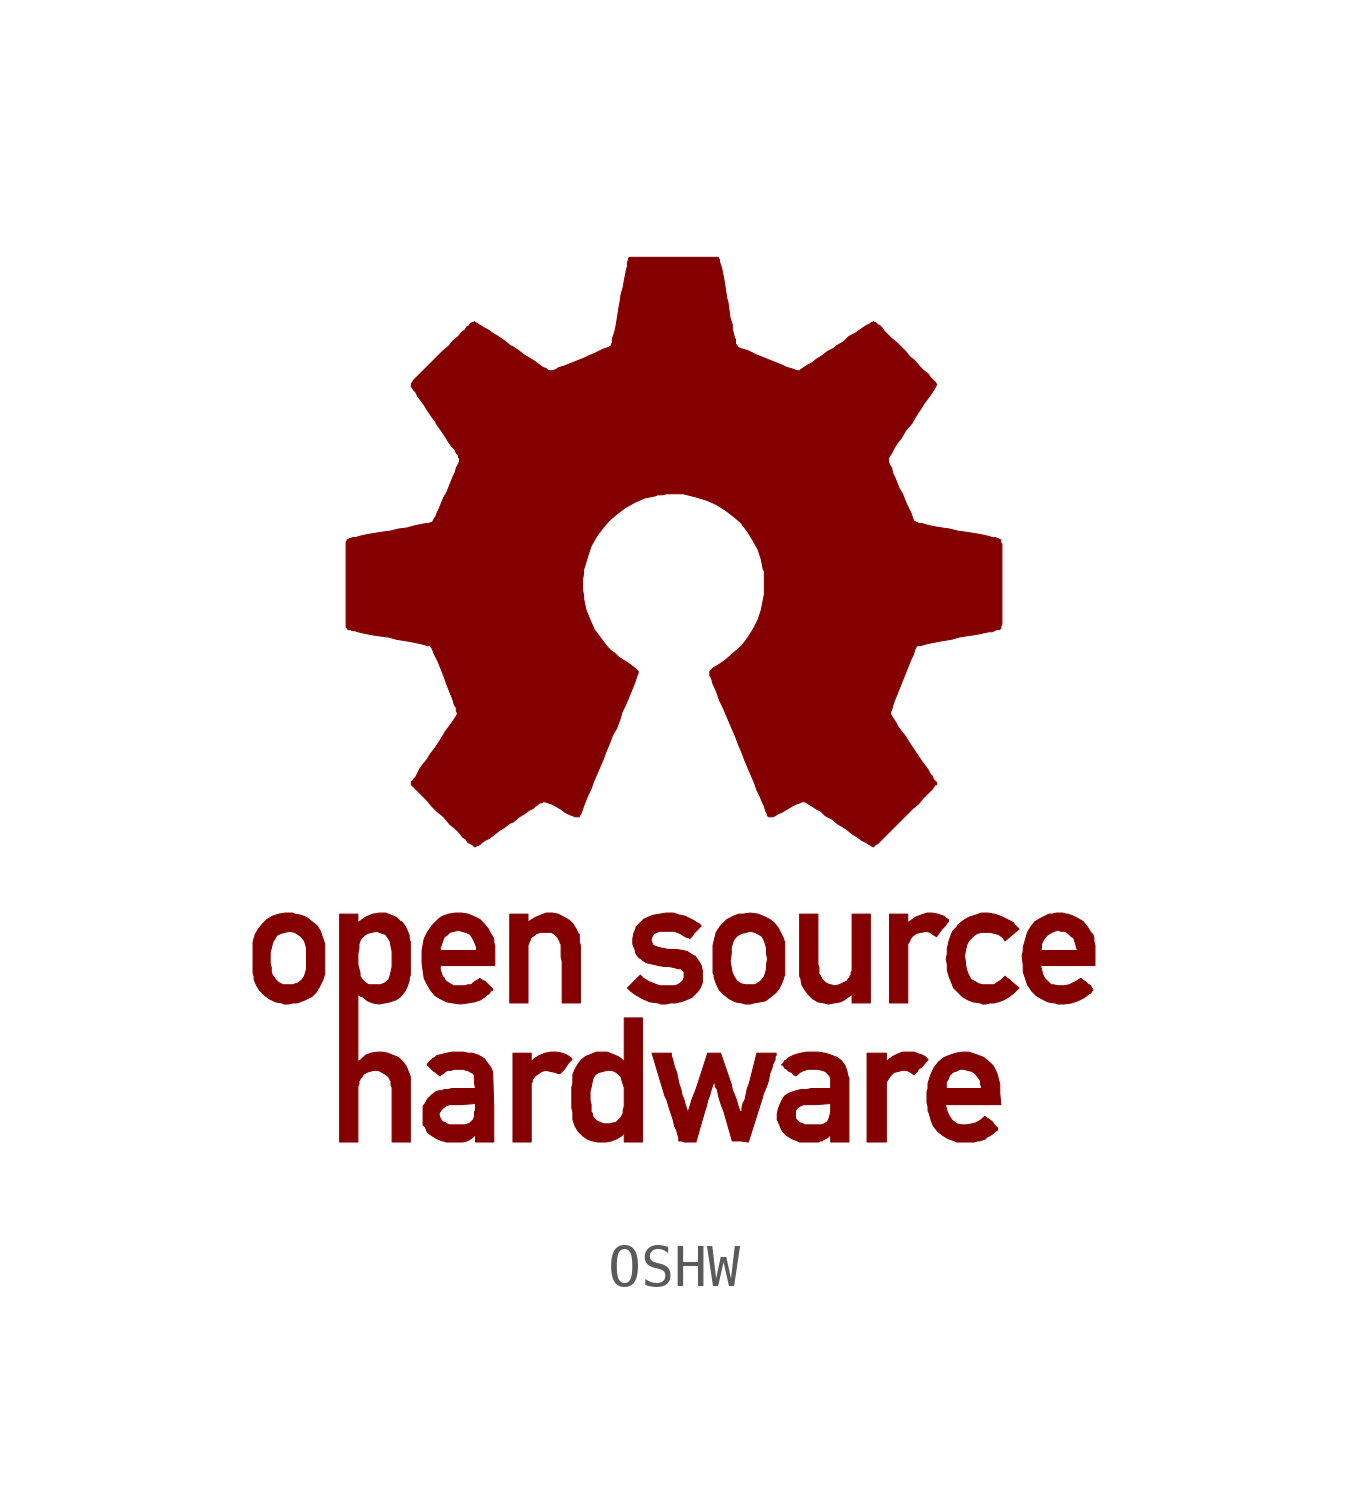
<source format=kicad_sym>
(kicad_symbol_lib
  (version 20211014)
  (generator kicad_symbol_editor)
  (symbol "OSHW"
    (pin_names
      (offset 1.016))
    (property "Reference" "#G"
      (at 0 -9.855 0)
      (effects (font (size 1.27 1.27)) hide))
    (symbol "OSHW_0_0"
      (polyline (pts (xy 5.055 -9.093) (xy 5.156 -8.941) (xy 5.232 -8.865) (xy 5.436 -8.814) (xy 5.537 -8.814) (xy 5.639 -8.865) (xy 5.664 -8.89) (xy 5.715 -8.915) (xy 5.791 -8.839) (xy 5.817 -8.788) (xy 5.893 -8.738) (xy 6.045 -8.56) (xy 5.969 -8.484) (xy 5.867 -8.433) (xy 5.842 -8.433) (xy 5.715 -8.382) (xy 5.436 -8.382) (xy 5.309 -8.433) (xy 5.207 -8.484) (xy 5.105 -8.56) (xy 5.055 -8.611) (xy 5.055 -8.407) (xy 4.597 -8.407) (xy 4.597 -10.516) (xy 5.055 -10.516) (xy 5.055 -9.093)) (stroke (width 0.025) (type default) (color 0 0 0 0)) (fill (type outline)))
      (polyline (pts (xy -3.378 -9.119) (xy -3.353 -9.093) (xy -3.353 -9.042) (xy -3.277 -8.941) (xy -3.124 -8.839) (xy -3.023 -8.814) (xy -2.921 -8.839) (xy -2.794 -8.865) (xy -2.743 -8.89) (xy -2.692 -8.89) (xy -2.591 -8.788) (xy -2.489 -8.636) (xy -2.413 -8.56) (xy -2.413 -8.534) (xy -2.515 -8.458) (xy -2.642 -8.407) (xy -2.769 -8.382) (xy -2.921 -8.382) (xy -3.048 -8.407) (xy -3.175 -8.458) (xy -3.302 -8.534) (xy -3.378 -8.611) (xy -3.378 -8.407) (xy -3.81 -8.407) (xy -3.81 -10.516) (xy -3.378 -10.516) (xy -3.378 -9.119)) (stroke (width 0.025) (type default) (color 0 0 0 0)) (fill (type outline)))
      (polyline (pts (xy 5.563 -5.817) (xy 5.613 -5.74) (xy 5.613 -5.715) (xy 5.664 -5.639) (xy 5.766 -5.563) (xy 5.867 -5.537) (xy 5.893 -5.537) (xy 5.994 -5.512) (xy 6.096 -5.537) (xy 6.198 -5.613) (xy 6.248 -5.639) (xy 6.375 -5.461) (xy 6.452 -5.385) (xy 6.502 -5.309) (xy 6.528 -5.283) (xy 6.528 -5.232) (xy 6.477 -5.207) (xy 6.426 -5.156) (xy 6.274 -5.105) (xy 6.147 -5.08) (xy 6.02 -5.08) (xy 5.867 -5.131) (xy 5.74 -5.182) (xy 5.639 -5.258) (xy 5.563 -5.309) (xy 5.563 -5.105) (xy 5.131 -5.105) (xy 5.131 -7.214) (xy 5.563 -7.214) (xy 5.563 -5.817)) (stroke (width 0.025) (type default) (color 0 0 0 0)) (fill (type outline)))
      (polyline (pts (xy 3.81 -7.214) (xy 3.962 -7.188) (xy 4.064 -7.137) (xy 4.166 -7.061) (xy 4.242 -7.01) (xy 4.242 -7.214) (xy 4.674 -7.214) (xy 4.674 -5.105) (xy 4.242 -5.105) (xy 4.242 -6.452) (xy 4.216 -6.502) (xy 4.216 -6.553) (xy 4.191 -6.579) (xy 4.191 -6.604) (xy 4.14 -6.655) (xy 4.14 -6.68) (xy 3.937 -6.782) (xy 3.835 -6.807) (xy 3.734 -6.782) (xy 3.708 -6.782) (xy 3.607 -6.731) (xy 3.531 -6.655) (xy 3.48 -6.553) (xy 3.454 -6.528) (xy 3.454 -6.375) (xy 3.429 -6.299) (xy 3.429 -5.105) (xy 2.997 -5.105) (xy 2.997 -6.579) (xy 3.023 -6.629) (xy 3.048 -6.782) (xy 3.124 -6.909) (xy 3.2 -7.01) (xy 3.302 -7.112) (xy 3.429 -7.188) (xy 3.581 -7.214) (xy 3.683 -7.239) (xy 3.81 -7.214)) (stroke (width 0.025) (type default) (color 0 0 0 0)) (fill (type outline)))
      (polyline (pts (xy -3.454 -5.842) (xy -3.429 -5.791) (xy -3.429 -5.766) (xy -3.404 -5.74) (xy -3.404 -5.715) (xy -3.378 -5.664) (xy -3.353 -5.639) (xy -3.302 -5.613) (xy -3.251 -5.563) (xy -3.226 -5.563) (xy -3.175 -5.537) (xy -2.896 -5.537) (xy -2.819 -5.588) (xy -2.743 -5.664) (xy -2.692 -5.766) (xy -2.692 -5.791) (xy -2.667 -5.817) (xy -2.667 -6.121) (xy -2.642 -6.223) (xy -2.642 -7.214) (xy -2.21 -7.214) (xy -2.21 -5.842) (xy -2.235 -5.766) (xy -2.235 -5.588) (xy -2.261 -5.563) (xy -2.311 -5.461) (xy -2.388 -5.334) (xy -2.464 -5.258) (xy -2.591 -5.182) (xy -2.743 -5.105) (xy -2.87 -5.08) (xy -3.023 -5.08) (xy -3.277 -5.182) (xy -3.404 -5.258) (xy -3.454 -5.309) (xy -3.454 -5.105) (xy -3.886 -5.105) (xy -3.886 -7.214) (xy -3.454 -7.214) (xy -3.454 -5.842)) (stroke (width 0.025) (type default) (color 0 0 0 0)) (fill (type outline)))
      (polyline (pts (xy -1.473 -10.49) (xy -1.346 -10.439) (xy -1.219 -10.363) (xy -1.168 -10.287) (xy -1.168 -10.516) (xy -0.737 -10.516) (xy -0.737 -7.569) (xy -1.168 -7.569) (xy -1.168 -8.585) (xy -1.194 -8.585) (xy -1.245 -8.534) (xy -1.321 -8.484) (xy -1.575 -8.382) (xy -1.829 -8.382) (xy -2.083 -8.484) (xy -2.184 -8.56) (xy -2.261 -8.661) (xy -2.337 -8.788) (xy -2.388 -8.915) (xy -2.388 -9.119) (xy -2.413 -9.22) (xy -2.413 -9.525) (xy -1.981 -9.525) (xy -1.981 -9.322) (xy -1.956 -9.22) (xy -1.93 -9.093) (xy -1.905 -8.992) (xy -1.854 -8.915) (xy -1.778 -8.865) (xy -1.575 -8.814) (xy -1.473 -8.814) (xy -1.397 -8.839) (xy -1.321 -8.89) (xy -1.245 -8.966) (xy -1.219 -9.068) (xy -1.168 -9.22) (xy -1.168 -9.677) (xy -1.194 -9.754) (xy -1.194 -9.83) (xy -1.245 -9.931) (xy -1.372 -10.058) (xy -1.422 -10.058) (xy -1.499 -10.084) (xy -1.651 -10.084) (xy -1.727 -10.058) (xy -1.829 -10.008) (xy -1.905 -9.931) (xy -1.93 -9.83) (xy -1.956 -9.804) (xy -1.956 -9.627) (xy -1.981 -9.525) (xy -2.413 -9.525) (xy -2.413 -9.703) (xy -2.388 -9.804) (xy -2.388 -9.982) (xy -2.337 -10.135) (xy -2.261 -10.262) (xy -2.159 -10.363) (xy -2.057 -10.439) (xy -1.93 -10.49) (xy -1.905 -10.49) (xy -1.803 -10.516) (xy -1.6 -10.516) (xy -1.473 -10.49)) (stroke (width 0.025) (type default) (color 0 0 0 0)) (fill (type outline)))
      (polyline (pts (xy 7.518 -7.214) (xy 7.62 -7.214) (xy 7.696 -7.188) (xy 7.722 -7.188) (xy 7.849 -7.137) (xy 7.976 -7.061) (xy 8.103 -6.96) (xy 8.204 -6.858) (xy 8.052 -6.731) (xy 7.976 -6.655) (xy 7.925 -6.629) (xy 7.874 -6.579) (xy 7.772 -6.68) (xy 7.722 -6.706) (xy 7.645 -6.756) (xy 7.62 -6.782) (xy 7.341 -6.782) (xy 7.239 -6.756) (xy 7.163 -6.706) (xy 7.061 -6.655) (xy 6.985 -6.502) (xy 6.96 -6.426) (xy 6.934 -6.299) (xy 6.934 -6.248) (xy 6.909 -6.096) (xy 6.96 -5.842) (xy 7.01 -5.74) (xy 7.137 -5.613) (xy 7.214 -5.563) (xy 7.315 -5.537) (xy 7.518 -5.537) (xy 7.722 -5.588) (xy 7.823 -5.664) (xy 7.874 -5.74) (xy 8.052 -5.588) (xy 8.204 -5.461) (xy 8.103 -5.359) (xy 8.077 -5.309) (xy 7.772 -5.156) (xy 7.62 -5.105) (xy 7.468 -5.08) (xy 7.315 -5.08) (xy 7.01 -5.182) (xy 6.883 -5.258) (xy 6.756 -5.359) (xy 6.731 -5.41) (xy 6.629 -5.512) (xy 6.579 -5.639) (xy 6.528 -5.791) (xy 6.528 -5.817) (xy 6.502 -5.918) (xy 6.502 -6.045) (xy 6.477 -6.172) (xy 6.502 -6.299) (xy 6.502 -6.426) (xy 6.528 -6.528) (xy 6.553 -6.604) (xy 6.655 -6.858) (xy 6.858 -7.061) (xy 6.985 -7.137) (xy 7.112 -7.188) (xy 7.29 -7.214) (xy 7.341 -7.239) (xy 7.417 -7.239) (xy 7.518 -7.214)) (stroke (width 0.025) (type default) (color 0 0 0 0)) (fill (type outline)))
      (polyline (pts (xy -9.042 -7.214) (xy -8.941 -7.214) (xy -8.865 -7.188) (xy -8.738 -7.137) (xy -8.585 -7.061) (xy -8.484 -6.96) (xy -8.407 -6.833) (xy -8.331 -6.68) (xy -8.28 -6.528) (xy -8.28 -5.817) (xy -8.382 -5.512) (xy -8.458 -5.385) (xy -8.712 -5.182) (xy -8.839 -5.131) (xy -8.992 -5.105) (xy -9.042 -5.08) (xy -9.22 -5.08) (xy -9.373 -5.105) (xy -9.525 -5.156) (xy -9.652 -5.232) (xy -9.754 -5.334) (xy -9.855 -5.461) (xy -9.931 -5.588) (xy -9.982 -5.766) (xy -9.982 -6.274) (xy -9.576 -6.274) (xy -9.576 -6.02) (xy -9.525 -5.817) (xy -9.5 -5.74) (xy -9.474 -5.715) (xy -9.423 -5.613) (xy -9.322 -5.563) (xy -9.119 -5.512) (xy -8.992 -5.537) (xy -8.839 -5.639) (xy -8.763 -5.74) (xy -8.738 -5.817) (xy -8.712 -5.918) (xy -8.712 -6.401) (xy -8.738 -6.502) (xy -8.763 -6.579) (xy -8.814 -6.655) (xy -8.865 -6.706) (xy -8.941 -6.756) (xy -8.966 -6.756) (xy -9.042 -6.782) (xy -9.271 -6.782) (xy -9.373 -6.731) (xy -9.449 -6.655) (xy -9.5 -6.579) (xy -9.525 -6.553) (xy -9.55 -6.477) (xy -9.55 -6.375) (xy -9.576 -6.274) (xy -9.982 -6.274) (xy -9.982 -6.502) (xy -9.957 -6.579) (xy -9.957 -6.655) (xy -9.906 -6.782) (xy -9.83 -6.909) (xy -9.703 -7.036) (xy -9.601 -7.112) (xy -9.449 -7.188) (xy -9.296 -7.214) (xy -9.246 -7.239) (xy -9.144 -7.239) (xy -9.042 -7.214)) (stroke (width 0.025) (type default) (color 0 0 0 0)) (fill (type outline)))
      (polyline (pts (xy 1.905 -7.214) (xy 2.057 -7.188) (xy 2.184 -7.163) (xy 2.286 -7.087) (xy 2.413 -6.985) (xy 2.438 -6.96) (xy 2.515 -6.858) (xy 2.565 -6.756) (xy 2.616 -6.629) (xy 2.616 -6.604) (xy 2.642 -6.553) (xy 2.642 -5.766) (xy 2.616 -5.715) (xy 2.616 -5.69) (xy 2.489 -5.436) (xy 2.388 -5.309) (xy 2.286 -5.232) (xy 2.134 -5.156) (xy 2.007 -5.105) (xy 1.829 -5.08) (xy 1.651 -5.105) (xy 1.549 -5.105) (xy 1.422 -5.156) (xy 1.27 -5.232) (xy 1.118 -5.385) (xy 1.016 -5.537) (xy 0.94 -5.842) (xy 0.94 -6.223) (xy 1.346 -6.223) (xy 1.372 -6.045) (xy 1.372 -5.893) (xy 1.422 -5.74) (xy 1.448 -5.69) (xy 1.524 -5.613) (xy 1.626 -5.563) (xy 1.829 -5.512) (xy 1.93 -5.537) (xy 2.032 -5.588) (xy 2.108 -5.639) (xy 2.159 -5.74) (xy 2.184 -5.817) (xy 2.21 -5.918) (xy 2.21 -6.045) (xy 2.235 -6.172) (xy 2.21 -6.299) (xy 2.21 -6.401) (xy 2.184 -6.502) (xy 2.159 -6.579) (xy 2.108 -6.655) (xy 2.057 -6.706) (xy 1.981 -6.756) (xy 1.93 -6.782) (xy 1.702 -6.782) (xy 1.6 -6.756) (xy 1.524 -6.706) (xy 1.499 -6.68) (xy 1.448 -6.604) (xy 1.397 -6.502) (xy 1.372 -6.375) (xy 1.346 -6.223) (xy 0.94 -6.223) (xy 0.94 -6.502) (xy 0.965 -6.553) (xy 0.965 -6.604) (xy 1.016 -6.756) (xy 1.092 -6.909) (xy 1.194 -7.01) (xy 1.321 -7.112) (xy 1.473 -7.188) (xy 1.626 -7.214) (xy 1.702 -7.239) (xy 1.829 -7.239) (xy 1.905 -7.214)) (stroke (width 0.025) (type default) (color 0 0 0 0)) (fill (type outline)))
      (polyline (pts (xy 0.737 -9.804) (xy 0.787 -9.652) (xy 0.813 -9.525) (xy 0.864 -9.398) (xy 0.889 -9.296) (xy 0.94 -9.144) (xy 0.965 -9.093) (xy 0.991 -9.144) (xy 0.991 -9.195) (xy 1.041 -9.271) (xy 1.067 -9.398) (xy 1.092 -9.5) (xy 1.143 -9.652) (xy 1.194 -9.779) (xy 1.397 -10.49) (xy 1.6 -10.49) (xy 1.778 -10.516) (xy 2.108 -9.474) (xy 2.134 -9.373) (xy 2.21 -9.195) (xy 2.261 -9.042) (xy 2.286 -8.89) (xy 2.337 -8.763) (xy 2.362 -8.661) (xy 2.413 -8.56) (xy 2.413 -8.484) (xy 2.438 -8.458) (xy 2.438 -8.407) (xy 1.981 -8.407) (xy 1.803 -9.119) (xy 1.753 -9.246) (xy 1.702 -9.5) (xy 1.651 -9.601) (xy 1.626 -9.703) (xy 1.626 -9.779) (xy 1.6 -9.804) (xy 1.575 -9.779) (xy 1.524 -9.627) (xy 1.499 -9.525) (xy 1.397 -9.271) (xy 1.372 -9.144) (xy 1.118 -8.407) (xy 0.813 -8.407) (xy 0.584 -9.119) (xy 0.533 -9.271) (xy 0.432 -9.525) (xy 0.406 -9.627) (xy 0.356 -9.779) (xy 0.356 -9.83) (xy 0.33 -9.83) (xy 0.33 -9.779) (xy 0.279 -9.627) (xy 0.254 -9.525) (xy 0.203 -9.398) (xy 0.178 -9.271) (xy 0.127 -9.119) (xy 0.076 -8.865) (xy 0.025 -8.738) (xy -0.025 -8.534) (xy -0.051 -8.484) (xy -0.051 -8.407) (xy -0.508 -8.407) (xy -0.203 -9.423) (xy -0.152 -9.525) (xy -0.102 -9.703) (xy 0 -10.008) (xy 0.025 -10.135) (xy 0.076 -10.236) (xy 0.102 -10.338) (xy 0.127 -10.414) (xy 0.127 -10.49) (xy 0.203 -10.49) (xy 0.254 -10.516) (xy 0.533 -10.516) (xy 0.737 -9.804)) (stroke (width 0.025) (type default) (color 0 0 0 0)) (fill (type outline)))
      (polyline (pts (xy -4.877 -7.214) (xy -4.724 -7.188) (xy -4.572 -7.137) (xy -4.547 -7.112) (xy -4.496 -7.087) (xy -4.445 -7.036) (xy -4.369 -6.985) (xy -4.343 -6.934) (xy -4.293 -6.909) (xy -4.293 -6.883) (xy -4.47 -6.706) (xy -4.572 -6.655) (xy -4.597 -6.629) (xy -4.623 -6.655) (xy -4.674 -6.68) (xy -4.75 -6.731) (xy -4.801 -6.782) (xy -4.877 -6.782) (xy -4.953 -6.807) (xy -5.232 -6.807) (xy -5.258 -6.782) (xy -5.309 -6.756) (xy -5.385 -6.706) (xy -5.436 -6.655) (xy -5.436 -6.629) (xy -5.486 -6.579) (xy -5.537 -6.426) (xy -5.537 -6.325) (xy -4.242 -6.325) (xy -4.242 -5.867) (xy -4.267 -5.766) (xy -4.267 -5.69) (xy -4.293 -5.639) (xy -4.343 -5.563) (xy -4.394 -5.461) (xy -4.496 -5.334) (xy -4.597 -5.232) (xy -4.75 -5.156) (xy -4.877 -5.105) (xy -5.029 -5.08) (xy -5.182 -5.08) (xy -5.334 -5.105) (xy -5.486 -5.156) (xy -5.563 -5.207) (xy -5.715 -5.359) (xy -5.791 -5.461) (xy -5.842 -5.537) (xy -5.918 -5.69) (xy -5.969 -5.969) (xy -5.537 -5.969) (xy -5.537 -5.893) (xy -5.512 -5.842) (xy -5.461 -5.69) (xy -5.436 -5.639) (xy -5.385 -5.613) (xy -5.309 -5.537) (xy -5.105 -5.486) (xy -5.029 -5.512) (xy -4.928 -5.537) (xy -4.826 -5.588) (xy -4.775 -5.664) (xy -4.724 -5.766) (xy -4.674 -5.893) (xy -4.674 -5.969) (xy -5.537 -5.969) (xy -5.969 -5.969) (xy -5.969 -6.045) (xy -5.969 -6.274) (xy -5.918 -6.629) (xy -5.842 -6.782) (xy -5.766 -6.909) (xy -5.664 -7.036) (xy -5.537 -7.112) (xy -5.385 -7.188) (xy -5.232 -7.214) (xy -5.055 -7.239) (xy -4.877 -7.214)) (stroke (width 0.025) (type default) (color 0 0 0 0)) (fill (type outline)))
      (polyline (pts (xy 7.214 -10.49) (xy 7.264 -10.49) (xy 7.417 -10.439) (xy 7.417 -10.414) (xy 7.518 -10.363) (xy 7.595 -10.312) (xy 7.645 -10.262) (xy 7.696 -10.236) (xy 7.696 -10.185) (xy 7.62 -10.109) (xy 7.569 -10.033) (xy 7.391 -9.906) (xy 7.315 -9.982) (xy 7.188 -10.058) (xy 7.087 -10.084) (xy 6.96 -10.109) (xy 6.833 -10.109) (xy 6.731 -10.084) (xy 6.629 -10.008) (xy 6.604 -9.982) (xy 6.553 -9.906) (xy 6.502 -9.804) (xy 6.477 -9.703) (xy 6.452 -9.627) (xy 7.772 -9.627) (xy 7.747 -9.347) (xy 7.747 -9.144) (xy 7.696 -8.941) (xy 7.671 -8.865) (xy 7.595 -8.712) (xy 7.493 -8.611) (xy 7.366 -8.509) (xy 7.239 -8.458) (xy 7.01 -8.382) (xy 6.858 -8.382) (xy 6.706 -8.407) (xy 6.553 -8.458) (xy 6.426 -8.509) (xy 6.299 -8.611) (xy 6.198 -8.738) (xy 6.121 -8.89) (xy 6.045 -9.119) (xy 6.045 -9.22) (xy 6.045 -9.246) (xy 6.477 -9.246) (xy 6.477 -9.093) (xy 6.528 -9.017) (xy 6.553 -8.941) (xy 6.629 -8.865) (xy 6.68 -8.839) (xy 6.706 -8.839) (xy 6.807 -8.788) (xy 6.883 -8.788) (xy 7.087 -8.839) (xy 7.163 -8.89) (xy 7.239 -8.992) (xy 7.264 -9.017) (xy 7.29 -9.068) (xy 7.29 -9.144) (xy 7.315 -9.195) (xy 7.315 -9.246) (xy 6.477 -9.246) (xy 6.045 -9.246) (xy 6.02 -9.322) (xy 6.02 -9.576) (xy 6.045 -9.677) (xy 6.045 -9.779) (xy 6.071 -9.83) (xy 6.121 -10.008) (xy 6.172 -10.135) (xy 6.274 -10.262) (xy 6.401 -10.363) (xy 6.528 -10.439) (xy 6.68 -10.49) (xy 6.731 -10.516) (xy 7.137 -10.516) (xy 7.214 -10.49)) (stroke (width 0.025) (type default) (color 0 0 0 0)) (fill (type outline)))
      (polyline (pts (xy 9.449 -7.214) (xy 9.601 -7.163) (xy 9.754 -7.087) (xy 9.881 -6.985) (xy 9.906 -6.985) (xy 9.931 -6.934) (xy 9.957 -6.909) (xy 9.957 -6.883) (xy 9.931 -6.858) (xy 9.906 -6.807) (xy 9.83 -6.756) (xy 9.779 -6.706) (xy 9.728 -6.68) (xy 9.677 -6.629) (xy 9.627 -6.655) (xy 9.601 -6.68) (xy 9.398 -6.782) (xy 9.271 -6.807) (xy 9.144 -6.807) (xy 9.017 -6.782) (xy 8.966 -6.782) (xy 8.814 -6.629) (xy 8.763 -6.528) (xy 8.738 -6.401) (xy 8.712 -6.325) (xy 10.008 -6.325) (xy 10.008 -5.842) (xy 9.982 -5.74) (xy 9.982 -5.664) (xy 9.957 -5.588) (xy 9.906 -5.537) (xy 9.83 -5.41) (xy 9.728 -5.283) (xy 9.601 -5.207) (xy 9.449 -5.131) (xy 9.423 -5.131) (xy 9.373 -5.105) (xy 9.322 -5.105) (xy 9.246 -5.08) (xy 9.093 -5.08) (xy 8.992 -5.105) (xy 8.915 -5.105) (xy 8.712 -5.207) (xy 8.585 -5.283) (xy 8.484 -5.41) (xy 8.407 -5.537) (xy 8.306 -5.893) (xy 8.306 -5.969) (xy 8.712 -5.969) (xy 8.738 -5.918) (xy 8.738 -5.817) (xy 8.788 -5.715) (xy 8.865 -5.613) (xy 8.941 -5.563) (xy 9.042 -5.512) (xy 9.144 -5.486) (xy 9.195 -5.512) (xy 9.296 -5.512) (xy 9.373 -5.563) (xy 9.449 -5.639) (xy 9.5 -5.664) (xy 9.55 -5.817) (xy 9.576 -5.918) (xy 9.601 -5.969) (xy 8.712 -5.969) (xy 8.306 -5.969) (xy 8.28 -6.096) (xy 8.306 -6.325) (xy 8.306 -6.477) (xy 8.407 -6.782) (xy 8.509 -6.934) (xy 8.611 -7.036) (xy 8.738 -7.112) (xy 8.89 -7.188) (xy 9.042 -7.214) (xy 9.068 -7.214) (xy 9.119 -7.239) (xy 9.271 -7.239) (xy 9.449 -7.214)) (stroke (width 0.025) (type default) (color 0 0 0 0)) (fill (type outline)))
      (polyline (pts (xy 3.48 -10.49) (xy 3.531 -10.49) (xy 3.556 -10.465) (xy 3.658 -10.414) (xy 3.734 -10.338) (xy 3.734 -10.516) (xy 4.166 -10.516) (xy 4.166 -8.992) (xy 4.14 -8.941) (xy 4.115 -8.814) (xy 4.064 -8.687) (xy 3.988 -8.585) (xy 3.886 -8.509) (xy 3.759 -8.458) (xy 3.607 -8.407) (xy 3.429 -8.382) (xy 3.15 -8.382) (xy 3.023 -8.407) (xy 2.921 -8.433) (xy 2.845 -8.458) (xy 2.743 -8.509) (xy 2.692 -8.56) (xy 2.642 -8.585) (xy 2.616 -8.636) (xy 2.565 -8.687) (xy 2.591 -8.687) (xy 2.616 -8.712) (xy 2.642 -8.763) (xy 2.692 -8.788) (xy 2.743 -8.839) (xy 2.819 -8.865) (xy 2.845 -8.915) (xy 2.896 -8.941) (xy 2.921 -8.941) (xy 2.997 -8.865) (xy 3.099 -8.814) (xy 3.124 -8.814) (xy 3.175 -8.788) (xy 3.429 -8.788) (xy 3.531 -8.814) (xy 3.607 -8.839) (xy 3.708 -8.941) (xy 3.734 -9.017) (xy 3.734 -9.246) (xy 3.277 -9.246) (xy 3.15 -9.271) (xy 3.023 -9.271) (xy 2.921 -9.296) (xy 2.769 -9.347) (xy 2.718 -9.373) (xy 2.642 -9.423) (xy 2.591 -9.5) (xy 2.54 -9.601) (xy 2.489 -9.728) (xy 2.464 -9.855) (xy 2.464 -9.957) (xy 2.896 -9.957) (xy 2.896 -9.779) (xy 2.946 -9.703) (xy 3.023 -9.652) (xy 3.048 -9.652) (xy 3.073 -9.627) (xy 3.404 -9.627) (xy 3.734 -9.601) (xy 3.734 -9.804) (xy 3.708 -9.906) (xy 3.683 -9.982) (xy 3.658 -10.033) (xy 3.581 -10.084) (xy 3.505 -10.109) (xy 3.124 -10.109) (xy 3.073 -10.084) (xy 2.997 -10.058) (xy 2.896 -9.957) (xy 2.464 -9.957) (xy 2.464 -9.982) (xy 2.489 -10.033) (xy 2.54 -10.16) (xy 2.591 -10.262) (xy 2.692 -10.363) (xy 2.819 -10.439) (xy 2.946 -10.49) (xy 2.997 -10.516) (xy 3.454 -10.516) (xy 3.48 -10.49)) (stroke (width 0.025) (type default) (color 0 0 0 0)) (fill (type outline)))
      (polyline (pts (xy -4.902 -10.49) (xy -4.851 -10.465) (xy -4.775 -10.414) (xy -4.699 -10.338) (xy -4.699 -10.516) (xy -4.267 -10.516) (xy -4.267 -9.677) (xy -4.293 -8.865) (xy -4.318 -8.788) (xy -4.343 -8.738) (xy -4.496 -8.534) (xy -4.623 -8.458) (xy -4.775 -8.407) (xy -4.877 -8.407) (xy -4.978 -8.382) (xy -5.258 -8.382) (xy -5.385 -8.407) (xy -5.588 -8.458) (xy -5.613 -8.458) (xy -5.664 -8.509) (xy -5.715 -8.534) (xy -5.842 -8.661) (xy -5.842 -8.687) (xy -5.69 -8.839) (xy -5.639 -8.865) (xy -5.588 -8.915) (xy -5.537 -8.941) (xy -5.512 -8.915) (xy -5.461 -8.89) (xy -5.41 -8.839) (xy -5.359 -8.814) (xy -5.283 -8.814) (xy -5.207 -8.788) (xy -4.978 -8.788) (xy -4.928 -8.814) (xy -4.877 -8.814) (xy -4.851 -8.839) (xy -4.75 -8.89) (xy -4.724 -8.941) (xy -4.724 -9.119) (xy -4.699 -9.246) (xy -5.258 -9.246) (xy -5.359 -9.271) (xy -5.436 -9.271) (xy -5.512 -9.296) (xy -5.563 -9.296) (xy -5.639 -9.322) (xy -5.74 -9.398) (xy -5.842 -9.5) (xy -5.893 -9.601) (xy -5.918 -9.627) (xy -5.944 -9.677) (xy -5.944 -9.881) (xy -5.563 -9.881) (xy -5.563 -9.83) (xy -5.512 -9.754) (xy -5.461 -9.703) (xy -5.385 -9.652) (xy -5.359 -9.652) (xy -5.334 -9.627) (xy -5.029 -9.627) (xy -4.699 -9.601) (xy -4.699 -9.754) (xy -4.724 -9.804) (xy -4.724 -9.906) (xy -4.75 -9.982) (xy -4.851 -10.084) (xy -4.877 -10.084) (xy -4.953 -10.109) (xy -5.309 -10.109) (xy -5.385 -10.084) (xy -5.41 -10.058) (xy -5.486 -10.033) (xy -5.537 -9.957) (xy -5.563 -9.881) (xy -5.944 -9.881) (xy -5.944 -10.109) (xy -5.893 -10.16) (xy -5.842 -10.287) (xy -5.74 -10.363) (xy -5.613 -10.439) (xy -5.486 -10.49) (xy -5.461 -10.49) (xy -5.385 -10.516) (xy -5.004 -10.516) (xy -4.902 -10.49)) (stroke (width 0.025) (type default) (color 0 0 0 0)) (fill (type outline)))
      (polyline (pts (xy -0.076 -7.214) (xy 0.051 -7.214) (xy 0.152 -7.188) (xy 0.178 -7.188) (xy 0.432 -7.087) (xy 0.584 -6.934) (xy 0.635 -6.858) (xy 0.686 -6.731) (xy 0.686 -6.452) (xy 0.66 -6.325) (xy 0.584 -6.198) (xy 0.508 -6.096) (xy 0.483 -6.096) (xy 0.33 -5.994) (xy 0.229 -5.969) (xy 0.076 -5.944) (xy -0.127 -5.944) (xy -0.229 -5.918) (xy -0.254 -5.918) (xy -0.356 -5.893) (xy -0.432 -5.867) (xy -0.483 -5.842) (xy -0.508 -5.791) (xy -0.533 -5.715) (xy -0.508 -5.639) (xy -0.457 -5.563) (xy -0.381 -5.537) (xy -0.356 -5.512) (xy 0.025 -5.512) (xy 0.152 -5.563) (xy 0.279 -5.639) (xy 0.33 -5.664) (xy 0.381 -5.664) (xy 0.381 -5.69) (xy 0.457 -5.613) (xy 0.483 -5.563) (xy 0.66 -5.385) (xy 0.61 -5.334) (xy 0.559 -5.309) (xy 0.483 -5.258) (xy 0.279 -5.156) (xy 0.178 -5.131) (xy 0.152 -5.131) (xy 0 -5.08) (xy -0.178 -5.08) (xy -0.483 -5.131) (xy -0.61 -5.182) (xy -0.711 -5.232) (xy -0.889 -5.41) (xy -0.889 -5.436) (xy -0.94 -5.563) (xy -0.965 -5.69) (xy -0.965 -5.817) (xy -0.914 -5.944) (xy -0.889 -6.045) (xy -0.813 -6.147) (xy -0.787 -6.147) (xy -0.737 -6.198) (xy -0.66 -6.248) (xy -0.584 -6.274) (xy -0.457 -6.299) (xy -0.356 -6.325) (xy -0.203 -6.35) (xy -0.102 -6.35) (xy 0.025 -6.375) (xy 0.102 -6.401) (xy 0.178 -6.401) (xy 0.254 -6.477) (xy 0.254 -6.604) (xy 0.229 -6.68) (xy 0.178 -6.731) (xy 0.102 -6.782) (xy 0.025 -6.807) (xy -0.33 -6.807) (xy -0.584 -6.706) (xy -0.711 -6.629) (xy -0.787 -6.553) (xy -1.092 -6.858) (xy -1.016 -6.934) (xy -0.914 -7.01) (xy -0.737 -7.112) (xy -0.559 -7.188) (xy -0.356 -7.214) (xy -0.305 -7.239) (xy -0.178 -7.239) (xy -0.076 -7.214)) (stroke (width 0.025) (type default) (color 0 0 0 0)) (fill (type outline)))
      (polyline (pts (xy -7.493 -9.195) (xy -7.468 -9.144) (xy -7.468 -9.068) (xy -7.442 -9.042) (xy -7.442 -9.017) (xy -7.391 -8.966) (xy -7.366 -8.915) (xy -7.29 -8.865) (xy -7.214 -8.839) (xy -7.112 -8.814) (xy -7.01 -8.814) (xy -6.909 -8.865) (xy -6.756 -8.966) (xy -6.756 -8.992) (xy -6.731 -9.017) (xy -6.731 -9.042) (xy -6.706 -9.068) (xy -6.706 -9.169) (xy -6.68 -9.22) (xy -6.68 -10.516) (xy -6.248 -10.516) (xy -6.248 -8.966) (xy -6.274 -8.89) (xy -6.299 -8.839) (xy -6.325 -8.763) (xy -6.35 -8.712) (xy -6.426 -8.611) (xy -6.528 -8.509) (xy -6.782 -8.407) (xy -6.909 -8.382) (xy -7.036 -8.382) (xy -7.188 -8.407) (xy -7.315 -8.458) (xy -7.417 -8.56) (xy -7.493 -8.611) (xy -7.493 -7.01) (xy -7.417 -7.061) (xy -7.391 -7.061) (xy -7.264 -7.163) (xy -7.137 -7.214) (xy -6.985 -7.239) (xy -6.731 -7.188) (xy -6.579 -7.137) (xy -6.477 -7.061) (xy -6.375 -6.934) (xy -6.325 -6.833) (xy -6.274 -6.68) (xy -6.274 -6.629) (xy -6.248 -6.553) (xy -6.248 -5.766) (xy -6.274 -5.69) (xy -6.274 -5.613) (xy -6.325 -5.486) (xy -6.375 -5.385) (xy -6.452 -5.283) (xy -6.477 -5.283) (xy -6.579 -5.182) (xy -6.833 -5.08) (xy -6.985 -5.08) (xy -7.137 -5.105) (xy -7.264 -5.156) (xy -7.315 -5.182) (xy -7.391 -5.232) (xy -7.417 -5.258) (xy -7.493 -5.309) (xy -7.493 -5.105) (xy -7.925 -5.105) (xy -7.925 -6.299) (xy -7.493 -6.299) (xy -7.493 -6.045) (xy -7.468 -5.918) (xy -7.468 -5.817) (xy -7.442 -5.74) (xy -7.417 -5.69) (xy -7.341 -5.613) (xy -7.264 -5.563) (xy -7.163 -5.537) (xy -7.036 -5.512) (xy -6.985 -5.537) (xy -6.833 -5.588) (xy -6.731 -5.74) (xy -6.68 -5.994) (xy -6.68 -6.35) (xy -6.706 -6.477) (xy -6.731 -6.579) (xy -6.756 -6.655) (xy -6.807 -6.706) (xy -6.883 -6.756) (xy -6.96 -6.782) (xy -7.239 -6.782) (xy -7.315 -6.731) (xy -7.391 -6.655) (xy -7.442 -6.579) (xy -7.442 -6.502) (xy -7.493 -6.299) (xy -7.925 -6.299) (xy -7.925 -10.516) (xy -7.493 -10.516) (xy -7.493 -9.195)) (stroke (width 0.025) (type default) (color 0 0 0 0)) (fill (type outline)))
      (polyline (pts (xy -4.674 -3.48) (xy -4.648 -3.48) (xy -4.597 -3.454) (xy -4.547 -3.404) (xy -4.47 -3.353) (xy -4.369 -3.302) (xy -4.267 -3.226) (xy -4.14 -3.124) (xy -4.013 -3.048) (xy -3.886 -2.946) (xy -3.81 -2.921) (xy -3.658 -2.794) (xy -3.531 -2.718) (xy -3.429 -2.642) (xy -3.327 -2.591) (xy -3.277 -2.54) (xy -3.2 -2.489) (xy -3.175 -2.464) (xy -3.124 -2.464) (xy -3.099 -2.438) (xy -3.048 -2.438) (xy -2.896 -2.489) (xy -2.794 -2.54) (xy -2.667 -2.616) (xy -2.565 -2.692) (xy -2.464 -2.743) (xy -2.388 -2.769) (xy -2.337 -2.794) (xy -2.235 -2.794) (xy -2.235 -2.769) (xy -2.21 -2.743) (xy -2.184 -2.692) (xy -2.134 -2.54) (xy -2.032 -2.286) (xy -1.956 -2.134) (xy -1.905 -1.981) (xy -1.676 -1.448) (xy -1.6 -1.245) (xy -1.524 -1.067) (xy -1.448 -0.864) (xy -1.346 -0.686) (xy -1.27 -0.483) (xy -1.219 -0.305) (xy -1.143 -0.152) (xy -1.067 0.025) (xy -0.914 0.406) (xy -0.864 0.559) (xy -0.838 0.61) (xy -0.838 0.66) (xy -0.889 0.711) (xy -1.016 0.813) (xy -1.168 0.914) (xy -1.295 0.991) (xy -1.397 1.092) (xy -1.473 1.143) (xy -1.575 1.245) (xy -1.88 1.651) (xy -1.981 1.88) (xy -2.083 2.134) (xy -2.134 2.388) (xy -2.134 2.464) (xy -2.159 2.591) (xy -2.159 2.845) (xy -2.134 2.972) (xy -2.134 3.073) (xy -2.108 3.15) (xy -2.032 3.404) (xy -1.956 3.632) (xy -1.829 3.861) (xy -1.676 4.064) (xy -1.524 4.242) (xy -1.346 4.394) (xy -1.143 4.547) (xy -0.914 4.674) (xy -0.686 4.775) (xy -0.432 4.826) (xy -0.381 4.851) (xy -0.279 4.851) (xy -0.152 4.877) (xy 0.229 4.877) (xy 0.533 4.801) (xy 0.787 4.724) (xy 1.016 4.623) (xy 1.219 4.496) (xy 1.422 4.343) (xy 1.6 4.191) (xy 1.753 3.988) (xy 1.88 3.785) (xy 2.007 3.556) (xy 2.083 3.327) (xy 2.134 3.073) (xy 2.159 3.048) (xy 2.159 2.489) (xy 2.083 2.108) (xy 2.007 1.88) (xy 1.905 1.676) (xy 1.778 1.473) (xy 1.626 1.27) (xy 1.219 0.914) (xy 0.991 0.762) (xy 0.965 0.762) (xy 0.864 0.66) (xy 0.864 0.559) (xy 0.889 0.533) (xy 0.914 0.457) (xy 0.94 0.356) (xy 0.991 0.254) (xy 1.041 0.127) (xy 1.092 -0.025) (xy 1.168 -0.178) (xy 1.473 -0.889) (xy 1.549 -1.092) (xy 1.626 -1.27) (xy 1.702 -1.473) (xy 1.93 -2.007) (xy 1.981 -2.159) (xy 2.057 -2.311) (xy 2.108 -2.438) (xy 2.159 -2.54) (xy 2.184 -2.642) (xy 2.235 -2.743) (xy 2.235 -2.769) (xy 2.261 -2.794) (xy 2.362 -2.794) (xy 2.413 -2.769) (xy 2.489 -2.718) (xy 2.565 -2.692) (xy 2.819 -2.54) (xy 2.921 -2.489) (xy 2.997 -2.464) (xy 3.048 -2.438) (xy 3.124 -2.438) (xy 3.175 -2.464) (xy 3.2 -2.489) (xy 3.251 -2.515) (xy 3.404 -2.616) (xy 3.505 -2.667) (xy 3.607 -2.769) (xy 3.759 -2.845) (xy 3.912 -2.972) (xy 4.089 -3.073) (xy 4.242 -3.2) (xy 4.369 -3.277) (xy 4.47 -3.353) (xy 4.572 -3.404) (xy 4.648 -3.454) (xy 4.699 -3.48) (xy 4.724 -3.505) (xy 4.75 -3.505) (xy 4.801 -3.454) (xy 4.851 -3.429) (xy 5.69 -2.591) (xy 5.817 -2.489) (xy 5.918 -2.362) (xy 6.147 -2.134) (xy 6.198 -2.057) (xy 6.223 -2.032) (xy 6.248 -2.032) (xy 6.248 -1.981) (xy 6.172 -1.905) (xy 6.147 -1.829) (xy 6.096 -1.778) (xy 6.045 -1.676) (xy 5.893 -1.473) (xy 5.588 -1.016) (xy 5.512 -0.889) (xy 5.41 -0.762) (xy 5.334 -0.66) (xy 5.283 -0.559) (xy 5.182 -0.406) (xy 5.156 -0.356) (xy 5.156 -0.305) (xy 5.182 -0.254) (xy 5.207 -0.152) (xy 5.232 -0.076) (xy 5.639 0.94) (xy 5.69 1.041) (xy 5.74 1.194) (xy 5.766 1.245) (xy 5.791 1.27) (xy 5.867 1.27) (xy 5.944 1.295) (xy 6.045 1.321) (xy 6.299 1.372) (xy 6.604 1.422) (xy 6.782 1.473) (xy 6.934 1.499) (xy 7.112 1.524) (xy 7.264 1.549) (xy 7.366 1.575) (xy 7.493 1.6) (xy 7.569 1.6) (xy 7.671 1.651) (xy 7.747 1.651) (xy 7.747 1.676) (xy 7.772 1.676) (xy 7.772 1.727) (xy 7.798 1.778) (xy 7.798 3.683) (xy 7.772 3.708) (xy 7.772 3.785) (xy 7.747 3.785) (xy 7.722 3.81) (xy 7.696 3.81) (xy 7.645 3.835) (xy 7.569 3.835) (xy 7.493 3.861) (xy 7.391 3.886) (xy 7.264 3.912) (xy 6.96 3.962) (xy 6.756 3.988) (xy 6.553 4.039) (xy 6.375 4.064) (xy 6.223 4.089) (xy 6.096 4.115) (xy 5.994 4.14) (xy 5.918 4.166) (xy 5.842 4.166) (xy 5.791 4.191) (xy 5.766 4.191) (xy 5.74 4.216) (xy 5.715 4.216) (xy 5.69 4.267) (xy 5.639 4.42) (xy 5.537 4.623) (xy 5.436 4.877) (xy 5.359 5.004) (xy 5.258 5.258) (xy 5.207 5.359) (xy 5.182 5.486) (xy 5.131 5.563) (xy 5.105 5.639) (xy 5.105 5.69) (xy 5.08 5.715) (xy 5.105 5.715) (xy 5.131 5.766) (xy 5.182 5.842) (xy 5.232 5.944) (xy 5.309 6.071) (xy 5.41 6.198) (xy 5.512 6.375) (xy 5.664 6.553) (xy 5.69 6.604) (xy 5.766 6.731) (xy 5.867 6.883) (xy 5.944 7.01) (xy 6.096 7.214) (xy 6.198 7.366) (xy 6.248 7.468) (xy 6.223 7.518) (xy 6.096 7.645) (xy 6.045 7.722) (xy 5.944 7.798) (xy 5.842 7.899) (xy 5.74 8.026) (xy 5.613 8.128) (xy 5.512 8.255) (xy 5.309 8.458) (xy 5.182 8.56) (xy 5.004 8.738) (xy 4.953 8.814) (xy 4.902 8.865) (xy 4.851 8.89) (xy 4.801 8.941) (xy 4.775 8.941) (xy 4.75 8.966) (xy 4.724 8.941) (xy 4.699 8.941) (xy 4.674 8.915) (xy 4.572 8.865) (xy 4.42 8.763) (xy 4.318 8.687) (xy 4.166 8.611) (xy 4.039 8.484) (xy 3.861 8.382) (xy 3.81 8.331) (xy 3.658 8.255) (xy 3.531 8.153) (xy 3.404 8.077) (xy 3.277 7.976) (xy 3.175 7.925) (xy 3.023 7.823) (xy 2.997 7.798) (xy 2.921 7.798) (xy 2.87 7.823) (xy 2.794 7.849) (xy 2.692 7.874) (xy 2.591 7.925) (xy 1.956 8.179) (xy 1.753 8.28) (xy 1.651 8.306) (xy 1.575 8.331) (xy 1.524 8.357) (xy 1.524 8.382) (xy 1.499 8.382) (xy 1.499 8.407) (xy 1.473 8.433) (xy 1.473 8.534) (xy 1.448 8.585) (xy 1.397 8.788) (xy 1.397 8.89) (xy 1.346 9.042) (xy 1.321 9.22) (xy 1.295 9.423) (xy 1.27 9.5) (xy 1.245 9.652) (xy 1.219 9.83) (xy 1.194 9.982) (xy 1.143 10.236) (xy 1.092 10.389) (xy 1.092 10.439) (xy 1.067 10.465) (xy 1.067 10.49) (xy -1.041 10.49) (xy -1.067 10.465) (xy -1.067 10.439) (xy -1.092 10.363) (xy -1.092 10.287) (xy -1.118 10.185) (xy -1.168 9.931) (xy -1.194 9.779) (xy -1.245 9.601) (xy -1.27 9.423) (xy -1.295 9.296) (xy -1.321 9.119) (xy -1.372 8.814) (xy -1.397 8.712) (xy -1.448 8.56) (xy -1.448 8.458) (xy -1.473 8.433) (xy -1.473 8.382) (xy -1.499 8.382) (xy -1.524 8.357) (xy -1.676 8.306) (xy -1.88 8.204) (xy -2.007 8.153) (xy -2.108 8.103) (xy -2.616 7.899) (xy -2.718 7.874) (xy -2.794 7.823) (xy -2.87 7.798) (xy -2.972 7.798) (xy -3.023 7.849) (xy -3.099 7.874) (xy -3.302 8.026) (xy -3.556 8.179) (xy -3.683 8.28) (xy -3.835 8.382) (xy -3.861 8.382) (xy -4.013 8.509) (xy -4.166 8.611) (xy -4.293 8.687) (xy -4.394 8.763) (xy -4.496 8.814) (xy -4.572 8.865) (xy -4.623 8.89) (xy -4.648 8.915) (xy -4.699 8.941) (xy -4.724 8.941) (xy -4.724 8.966) (xy -4.75 8.941) (xy -4.775 8.941) (xy -4.826 8.915) (xy -4.851 8.865) (xy -4.902 8.839) (xy -4.953 8.763) (xy -5.029 8.712) (xy -5.105 8.611) (xy -5.232 8.509) (xy -5.334 8.382) (xy -5.486 8.255) (xy -6.172 7.569) (xy -6.198 7.518) (xy -6.223 7.493) (xy -6.223 7.417) (xy -6.198 7.391) (xy -6.172 7.341) (xy -6.121 7.29) (xy -6.071 7.188) (xy -5.918 6.985) (xy -5.842 6.858) (xy -5.74 6.706) (xy -5.639 6.579) (xy -5.639 6.553) (xy -5.512 6.375) (xy -5.41 6.223) (xy -5.334 6.096) (xy -5.258 5.994) (xy -5.182 5.918) (xy -5.156 5.842) (xy -5.105 5.791) (xy -5.105 5.74) (xy -5.08 5.715) (xy -5.08 5.639) (xy -5.156 5.486) (xy -5.182 5.385) (xy -5.232 5.283) (xy -5.385 4.902) (xy -5.461 4.775) (xy -5.563 4.521) (xy -5.613 4.42) (xy -5.639 4.343) (xy -5.69 4.267) (xy -5.715 4.216) (xy -5.715 4.191) (xy -5.766 4.191) (xy -5.817 4.166) (xy -5.893 4.166) (xy -6.147 4.115) (xy -6.325 4.064) (xy -6.528 4.039) (xy -6.731 3.988) (xy -6.934 3.962) (xy -7.239 3.912) (xy -7.366 3.886) (xy -7.468 3.861) (xy -7.544 3.835) (xy -7.62 3.835) (xy -7.671 3.81) (xy -7.696 3.81) (xy -7.722 3.785) (xy -7.747 3.785) (xy -7.747 3.759) (xy -7.772 3.734) (xy -7.772 1.702) (xy -7.747 1.702) (xy -7.747 1.676) (xy -7.722 1.651) (xy -7.671 1.651) (xy -7.62 1.626) (xy -7.569 1.626) (xy -7.493 1.6) (xy -7.391 1.575) (xy -7.137 1.524) (xy -6.96 1.499) (xy -6.756 1.473) (xy -6.579 1.422) (xy -6.274 1.372) (xy -6.02 1.321) (xy -5.918 1.295) (xy -5.842 1.27) (xy -5.766 1.27) (xy -5.766 1.245) (xy -5.74 1.219) (xy -5.715 1.168) (xy -5.69 1.092) (xy -5.588 0.889) (xy -5.436 0.508) (xy -5.385 0.356) (xy -5.232 -0.025) (xy -5.207 -0.127) (xy -5.156 -0.203) (xy -5.156 -0.279) (xy -5.131 -0.33) (xy -5.131 -0.356) (xy -5.156 -0.406) (xy -5.258 -0.559) (xy -5.41 -0.762) (xy -5.563 -1.016) (xy -5.664 -1.168) (xy -5.766 -1.295) (xy -5.842 -1.422) (xy -5.944 -1.549) (xy -6.02 -1.651) (xy -6.121 -1.854) (xy -6.172 -1.905) (xy -6.198 -1.956) (xy -6.223 -1.956) (xy -6.223 -2.032) (xy -5.842 -2.413) (xy -5.74 -2.54) (xy -5.613 -2.667) (xy -5.486 -2.769) (xy -5.436 -2.819) (xy -5.309 -2.972) (xy -5.182 -3.073) (xy -5.08 -3.175) (xy -5.004 -3.277) (xy -4.928 -3.327) (xy -4.877 -3.404) (xy -4.775 -3.454) (xy -4.724 -3.505) (xy -4.699 -3.505) (xy -4.674 -3.48)) (stroke (width 0.025) (type default) (color 0 0 0 0)) (fill (type outline))))))
</source>
